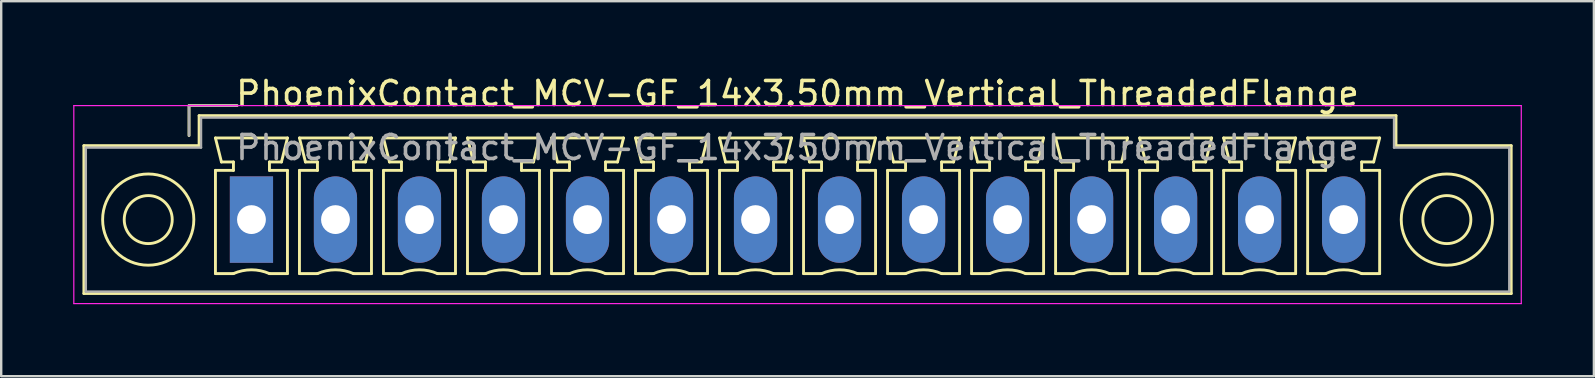
<source format=kicad_pcb>
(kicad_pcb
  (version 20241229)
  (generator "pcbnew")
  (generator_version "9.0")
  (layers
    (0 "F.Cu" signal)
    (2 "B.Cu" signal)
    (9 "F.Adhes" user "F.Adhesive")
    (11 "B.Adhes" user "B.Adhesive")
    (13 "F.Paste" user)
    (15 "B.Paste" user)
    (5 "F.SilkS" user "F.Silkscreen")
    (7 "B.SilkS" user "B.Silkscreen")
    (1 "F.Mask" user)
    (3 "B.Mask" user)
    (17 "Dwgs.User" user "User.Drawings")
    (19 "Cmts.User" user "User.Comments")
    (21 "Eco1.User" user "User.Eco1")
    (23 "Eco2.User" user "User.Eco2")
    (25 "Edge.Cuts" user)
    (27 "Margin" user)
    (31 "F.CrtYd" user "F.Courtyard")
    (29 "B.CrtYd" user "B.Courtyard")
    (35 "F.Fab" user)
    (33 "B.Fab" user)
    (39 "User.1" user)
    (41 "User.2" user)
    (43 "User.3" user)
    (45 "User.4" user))
  (footprint "PhoenixContact_MCV-GF_14x3.50mm_Vertical_ThreadedFlange"
    (layer "F.Cu")
    (at 7.425 6.098)
    (property "Reference" "PhoenixContact_MCV-GF_14x3.50mm_Vertical_ThreadedFlange" (at 22.75 -5.25 0) (layer "F.SilkS") (effects (font (size 1 1) (thickness 0.15))))
    (attr through_hole)
    (fp_line (start -6.98 -3.08) (end -6.98 3.08) (stroke (width 0.12) (type solid)) (layer "F.SilkS"))
    (fp_line (start -6.98 3.08) (end 52.48 3.08) (stroke (width 0.12) (type solid)) (layer "F.SilkS"))
    (fp_line (start -2.6 -4.75) (end -0.6 -4.75) (stroke (width 0.12) (type solid)) (layer "F.SilkS"))
    (fp_line (start -2.6 -3.5) (end -2.6 -4.75) (stroke (width 0.12) (type solid)) (layer "F.SilkS"))
    (fp_line (start -2.18 -4.33) (end -2.18 -3.08) (stroke (width 0.12) (type solid)) (layer "F.SilkS"))
    (fp_line (start -2.18 -3.08) (end -6.98 -3.08) (stroke (width 0.12) (type solid)) (layer "F.SilkS"))
    (fp_line (start -1.5 -3.4) (end 1.5 -3.4) (stroke (width 0.12) (type solid)) (layer "F.SilkS"))
    (fp_line (start -1.5 -2.05) (end -0.75 -2.05) (stroke (width 0.12) (type solid)) (layer "F.SilkS"))
    (fp_line (start -1.5 2.25) (end -1.5 -2.05) (stroke (width 0.12) (type solid)) (layer "F.SilkS"))
    (fp_line (start -1.25 -2.4) (end -1.5 -3.4) (stroke (width 0.12) (type solid)) (layer "F.SilkS"))
    (fp_line (start -0.75 -2.4) (end -1.25 -2.4) (stroke (width 0.12) (type solid)) (layer "F.SilkS"))
    (fp_line (start -0.75 -2.05) (end -0.75 -2.4) (stroke (width 0.12) (type solid)) (layer "F.SilkS"))
    (fp_line (start -0.75 2.25) (end -1.5 2.25) (stroke (width 0.12) (type solid)) (layer "F.SilkS"))
    (fp_line (start 0.75 -2.4) (end 0.75 -2.05) (stroke (width 0.12) (type solid)) (layer "F.SilkS"))
    (fp_line (start 0.75 -2.05) (end 1.5 -2.05) (stroke (width 0.12) (type solid)) (layer "F.SilkS"))
    (fp_line (start 1.25 -2.4) (end 0.75 -2.4) (stroke (width 0.12) (type solid)) (layer "F.SilkS"))
    (fp_line (start 1.5 -3.4) (end 1.25 -2.4) (stroke (width 0.12) (type solid)) (layer "F.SilkS"))
    (fp_line (start 1.5 -2.05) (end 1.5 2.25) (stroke (width 0.12) (type solid)) (layer "F.SilkS"))
    (fp_line (start 1.5 2.25) (end 0.75 2.25) (stroke (width 0.12) (type solid)) (layer "F.SilkS"))
    (fp_line (start 2 -3.4) (end 5 -3.4) (stroke (width 0.12) (type solid)) (layer "F.SilkS"))
    (fp_line (start 2 -2.05) (end 2.75 -2.05) (stroke (width 0.12) (type solid)) (layer "F.SilkS"))
    (fp_line (start 2 2.25) (end 2 -2.05) (stroke (width 0.12) (type solid)) (layer "F.SilkS"))
    (fp_line (start 2.25 -2.4) (end 2 -3.4) (stroke (width 0.12) (type solid)) (layer "F.SilkS"))
    (fp_line (start 2.75 -2.4) (end 2.25 -2.4) (stroke (width 0.12) (type solid)) (layer "F.SilkS"))
    (fp_line (start 2.75 -2.05) (end 2.75 -2.4) (stroke (width 0.12) (type solid)) (layer "F.SilkS"))
    (fp_line (start 2.75 2.25) (end 2 2.25) (stroke (width 0.12) (type solid)) (layer "F.SilkS"))
    (fp_line (start 4.25 -2.4) (end 4.25 -2.05) (stroke (width 0.12) (type solid)) (layer "F.SilkS"))
    (fp_line (start 4.25 -2.05) (end 5 -2.05) (stroke (width 0.12) (type solid)) (layer "F.SilkS"))
    (fp_line (start 4.75 -2.4) (end 4.25 -2.4) (stroke (width 0.12) (type solid)) (layer "F.SilkS"))
    (fp_line (start 5 -3.4) (end 4.75 -2.4) (stroke (width 0.12) (type solid)) (layer "F.SilkS"))
    (fp_line (start 5 -2.05) (end 5 2.25) (stroke (width 0.12) (type solid)) (layer "F.SilkS"))
    (fp_line (start 5 2.25) (end 4.25 2.25) (stroke (width 0.12) (type solid)) (layer "F.SilkS"))
    (fp_line (start 5.5 -3.4) (end 8.5 -3.4) (stroke (width 0.12) (type solid)) (layer "F.SilkS"))
    (fp_line (start 5.5 -2.05) (end 6.25 -2.05) (stroke (width 0.12) (type solid)) (layer "F.SilkS"))
    (fp_line (start 5.5 2.25) (end 5.5 -2.05) (stroke (width 0.12) (type solid)) (layer "F.SilkS"))
    (fp_line (start 5.75 -2.4) (end 5.5 -3.4) (stroke (width 0.12) (type solid)) (layer "F.SilkS"))
    (fp_line (start 6.25 -2.4) (end 5.75 -2.4) (stroke (width 0.12) (type solid)) (layer "F.SilkS"))
    (fp_line (start 6.25 -2.05) (end 6.25 -2.4) (stroke (width 0.12) (type solid)) (layer "F.SilkS"))
    (fp_line (start 6.25 2.25) (end 5.5 2.25) (stroke (width 0.12) (type solid)) (layer "F.SilkS"))
    (fp_line (start 7.75 -2.4) (end 7.75 -2.05) (stroke (width 0.12) (type solid)) (layer "F.SilkS"))
    (fp_line (start 7.75 -2.05) (end 8.5 -2.05) (stroke (width 0.12) (type solid)) (layer "F.SilkS"))
    (fp_line (start 8.25 -2.4) (end 7.75 -2.4) (stroke (width 0.12) (type solid)) (layer "F.SilkS"))
    (fp_line (start 8.5 -3.4) (end 8.25 -2.4) (stroke (width 0.12) (type solid)) (layer "F.SilkS"))
    (fp_line (start 8.5 -2.05) (end 8.5 2.25) (stroke (width 0.12) (type solid)) (layer "F.SilkS"))
    (fp_line (start 8.5 2.25) (end 7.75 2.25) (stroke (width 0.12) (type solid)) (layer "F.SilkS"))
    (fp_line (start 9 -3.4) (end 12 -3.4) (stroke (width 0.12) (type solid)) (layer "F.SilkS"))
    (fp_line (start 9 -2.05) (end 9.75 -2.05) (stroke (width 0.12) (type solid)) (layer "F.SilkS"))
    (fp_line (start 9 2.25) (end 9 -2.05) (stroke (width 0.12) (type solid)) (layer "F.SilkS"))
    (fp_line (start 9.25 -2.4) (end 9 -3.4) (stroke (width 0.12) (type solid)) (layer "F.SilkS"))
    (fp_line (start 9.75 -2.4) (end 9.25 -2.4) (stroke (width 0.12) (type solid)) (layer "F.SilkS"))
    (fp_line (start 9.75 -2.05) (end 9.75 -2.4) (stroke (width 0.12) (type solid)) (layer "F.SilkS"))
    (fp_line (start 9.75 2.25) (end 9 2.25) (stroke (width 0.12) (type solid)) (layer "F.SilkS"))
    (fp_line (start 11.25 -2.4) (end 11.25 -2.05) (stroke (width 0.12) (type solid)) (layer "F.SilkS"))
    (fp_line (start 11.25 -2.05) (end 12 -2.05) (stroke (width 0.12) (type solid)) (layer "F.SilkS"))
    (fp_line (start 11.75 -2.4) (end 11.25 -2.4) (stroke (width 0.12) (type solid)) (layer "F.SilkS"))
    (fp_line (start 12 -3.4) (end 11.75 -2.4) (stroke (width 0.12) (type solid)) (layer "F.SilkS"))
    (fp_line (start 12 -2.05) (end 12 2.25) (stroke (width 0.12) (type solid)) (layer "F.SilkS"))
    (fp_line (start 12 2.25) (end 11.25 2.25) (stroke (width 0.12) (type solid)) (layer "F.SilkS"))
    (fp_line (start 12.5 -3.4) (end 15.5 -3.4) (stroke (width 0.12) (type solid)) (layer "F.SilkS"))
    (fp_line (start 12.5 -2.05) (end 13.25 -2.05) (stroke (width 0.12) (type solid)) (layer "F.SilkS"))
    (fp_line (start 12.5 2.25) (end 12.5 -2.05) (stroke (width 0.12) (type solid)) (layer "F.SilkS"))
    (fp_line (start 12.75 -2.4) (end 12.5 -3.4) (stroke (width 0.12) (type solid)) (layer "F.SilkS"))
    (fp_line (start 13.25 -2.4) (end 12.75 -2.4) (stroke (width 0.12) (type solid)) (layer "F.SilkS"))
    (fp_line (start 13.25 -2.05) (end 13.25 -2.4) (stroke (width 0.12) (type solid)) (layer "F.SilkS"))
    (fp_line (start 13.25 2.25) (end 12.5 2.25) (stroke (width 0.12) (type solid)) (layer "F.SilkS"))
    (fp_line (start 14.75 -2.4) (end 14.75 -2.05) (stroke (width 0.12) (type solid)) (layer "F.SilkS"))
    (fp_line (start 14.75 -2.05) (end 15.5 -2.05) (stroke (width 0.12) (type solid)) (layer "F.SilkS"))
    (fp_line (start 15.25 -2.4) (end 14.75 -2.4) (stroke (width 0.12) (type solid)) (layer "F.SilkS"))
    (fp_line (start 15.5 -3.4) (end 15.25 -2.4) (stroke (width 0.12) (type solid)) (layer "F.SilkS"))
    (fp_line (start 15.5 -2.05) (end 15.5 2.25) (stroke (width 0.12) (type solid)) (layer "F.SilkS"))
    (fp_line (start 15.5 2.25) (end 14.75 2.25) (stroke (width 0.12) (type solid)) (layer "F.SilkS"))
    (fp_line (start 16 -3.4) (end 19 -3.4) (stroke (width 0.12) (type solid)) (layer "F.SilkS"))
    (fp_line (start 16 -2.05) (end 16.75 -2.05) (stroke (width 0.12) (type solid)) (layer "F.SilkS"))
    (fp_line (start 16 2.25) (end 16 -2.05) (stroke (width 0.12) (type solid)) (layer "F.SilkS"))
    (fp_line (start 16.25 -2.4) (end 16 -3.4) (stroke (width 0.12) (type solid)) (layer "F.SilkS"))
    (fp_line (start 16.75 -2.4) (end 16.25 -2.4) (stroke (width 0.12) (type solid)) (layer "F.SilkS"))
    (fp_line (start 16.75 -2.05) (end 16.75 -2.4) (stroke (width 0.12) (type solid)) (layer "F.SilkS"))
    (fp_line (start 16.75 2.25) (end 16 2.25) (stroke (width 0.12) (type solid)) (layer "F.SilkS"))
    (fp_line (start 18.25 -2.4) (end 18.25 -2.05) (stroke (width 0.12) (type solid)) (layer "F.SilkS"))
    (fp_line (start 18.25 -2.05) (end 19 -2.05) (stroke (width 0.12) (type solid)) (layer "F.SilkS"))
    (fp_line (start 18.75 -2.4) (end 18.25 -2.4) (stroke (width 0.12) (type solid)) (layer "F.SilkS"))
    (fp_line (start 19 -3.4) (end 18.75 -2.4) (stroke (width 0.12) (type solid)) (layer "F.SilkS"))
    (fp_line (start 19 -2.05) (end 19 2.25) (stroke (width 0.12) (type solid)) (layer "F.SilkS"))
    (fp_line (start 19 2.25) (end 18.25 2.25) (stroke (width 0.12) (type solid)) (layer "F.SilkS"))
    (fp_line (start 19.5 -3.4) (end 22.5 -3.4) (stroke (width 0.12) (type solid)) (layer "F.SilkS"))
    (fp_line (start 19.5 -2.05) (end 20.25 -2.05) (stroke (width 0.12) (type solid)) (layer "F.SilkS"))
    (fp_line (start 19.5 2.25) (end 19.5 -2.05) (stroke (width 0.12) (type solid)) (layer "F.SilkS"))
    (fp_line (start 19.75 -2.4) (end 19.5 -3.4) (stroke (width 0.12) (type solid)) (layer "F.SilkS"))
    (fp_line (start 20.25 -2.4) (end 19.75 -2.4) (stroke (width 0.12) (type solid)) (layer "F.SilkS"))
    (fp_line (start 20.25 -2.05) (end 20.25 -2.4) (stroke (width 0.12) (type solid)) (layer "F.SilkS"))
    (fp_line (start 20.25 2.25) (end 19.5 2.25) (stroke (width 0.12) (type solid)) (layer "F.SilkS"))
    (fp_line (start 21.75 -2.4) (end 21.75 -2.05) (stroke (width 0.12) (type solid)) (layer "F.SilkS"))
    (fp_line (start 21.75 -2.05) (end 22.5 -2.05) (stroke (width 0.12) (type solid)) (layer "F.SilkS"))
    (fp_line (start 22.25 -2.4) (end 21.75 -2.4) (stroke (width 0.12) (type solid)) (layer "F.SilkS"))
    (fp_line (start 22.5 -3.4) (end 22.25 -2.4) (stroke (width 0.12) (type solid)) (layer "F.SilkS"))
    (fp_line (start 22.5 -2.05) (end 22.5 2.25) (stroke (width 0.12) (type solid)) (layer "F.SilkS"))
    (fp_line (start 22.5 2.25) (end 21.75 2.25) (stroke (width 0.12) (type solid)) (layer "F.SilkS"))
    (fp_line (start 23 -3.4) (end 26 -3.4) (stroke (width 0.12) (type solid)) (layer "F.SilkS"))
    (fp_line (start 23 -2.05) (end 23.75 -2.05) (stroke (width 0.12) (type solid)) (layer "F.SilkS"))
    (fp_line (start 23 2.25) (end 23 -2.05) (stroke (width 0.12) (type solid)) (layer "F.SilkS"))
    (fp_line (start 23.25 -2.4) (end 23 -3.4) (stroke (width 0.12) (type solid)) (layer "F.SilkS"))
    (fp_line (start 23.75 -2.4) (end 23.25 -2.4) (stroke (width 0.12) (type solid)) (layer "F.SilkS"))
    (fp_line (start 23.75 -2.05) (end 23.75 -2.4) (stroke (width 0.12) (type solid)) (layer "F.SilkS"))
    (fp_line (start 23.75 2.25) (end 23 2.25) (stroke (width 0.12) (type solid)) (layer "F.SilkS"))
    (fp_line (start 25.25 -2.4) (end 25.25 -2.05) (stroke (width 0.12) (type solid)) (layer "F.SilkS"))
    (fp_line (start 25.25 -2.05) (end 26 -2.05) (stroke (width 0.12) (type solid)) (layer "F.SilkS"))
    (fp_line (start 25.75 -2.4) (end 25.25 -2.4) (stroke (width 0.12) (type solid)) (layer "F.SilkS"))
    (fp_line (start 26 -3.4) (end 25.75 -2.4) (stroke (width 0.12) (type solid)) (layer "F.SilkS"))
    (fp_line (start 26 -2.05) (end 26 2.25) (stroke (width 0.12) (type solid)) (layer "F.SilkS"))
    (fp_line (start 26 2.25) (end 25.25 2.25) (stroke (width 0.12) (type solid)) (layer "F.SilkS"))
    (fp_line (start 26.5 -3.4) (end 29.5 -3.4) (stroke (width 0.12) (type solid)) (layer "F.SilkS"))
    (fp_line (start 26.5 -2.05) (end 27.25 -2.05) (stroke (width 0.12) (type solid)) (layer "F.SilkS"))
    (fp_line (start 26.5 2.25) (end 26.5 -2.05) (stroke (width 0.12) (type solid)) (layer "F.SilkS"))
    (fp_line (start 26.75 -2.4) (end 26.5 -3.4) (stroke (width 0.12) (type solid)) (layer "F.SilkS"))
    (fp_line (start 27.25 -2.4) (end 26.75 -2.4) (stroke (width 0.12) (type solid)) (layer "F.SilkS"))
    (fp_line (start 27.25 -2.05) (end 27.25 -2.4) (stroke (width 0.12) (type solid)) (layer "F.SilkS"))
    (fp_line (start 27.25 2.25) (end 26.5 2.25) (stroke (width 0.12) (type solid)) (layer "F.SilkS"))
    (fp_line (start 28.75 -2.4) (end 28.75 -2.05) (stroke (width 0.12) (type solid)) (layer "F.SilkS"))
    (fp_line (start 28.75 -2.05) (end 29.5 -2.05) (stroke (width 0.12) (type solid)) (layer "F.SilkS"))
    (fp_line (start 29.25 -2.4) (end 28.75 -2.4) (stroke (width 0.12) (type solid)) (layer "F.SilkS"))
    (fp_line (start 29.5 -3.4) (end 29.25 -2.4) (stroke (width 0.12) (type solid)) (layer "F.SilkS"))
    (fp_line (start 29.5 -2.05) (end 29.5 2.25) (stroke (width 0.12) (type solid)) (layer "F.SilkS"))
    (fp_line (start 29.5 2.25) (end 28.75 2.25) (stroke (width 0.12) (type solid)) (layer "F.SilkS"))
    (fp_line (start 30 -3.4) (end 33 -3.4) (stroke (width 0.12) (type solid)) (layer "F.SilkS"))
    (fp_line (start 30 -2.05) (end 30.75 -2.05) (stroke (width 0.12) (type solid)) (layer "F.SilkS"))
    (fp_line (start 30 2.25) (end 30 -2.05) (stroke (width 0.12) (type solid)) (layer "F.SilkS"))
    (fp_line (start 30.25 -2.4) (end 30 -3.4) (stroke (width 0.12) (type solid)) (layer "F.SilkS"))
    (fp_line (start 30.75 -2.4) (end 30.25 -2.4) (stroke (width 0.12) (type solid)) (layer "F.SilkS"))
    (fp_line (start 30.75 -2.05) (end 30.75 -2.4) (stroke (width 0.12) (type solid)) (layer "F.SilkS"))
    (fp_line (start 30.75 2.25) (end 30 2.25) (stroke (width 0.12) (type solid)) (layer "F.SilkS"))
    (fp_line (start 32.25 -2.4) (end 32.25 -2.05) (stroke (width 0.12) (type solid)) (layer "F.SilkS"))
    (fp_line (start 32.25 -2.05) (end 33 -2.05) (stroke (width 0.12) (type solid)) (layer "F.SilkS"))
    (fp_line (start 32.75 -2.4) (end 32.25 -2.4) (stroke (width 0.12) (type solid)) (layer "F.SilkS"))
    (fp_line (start 33 -3.4) (end 32.75 -2.4) (stroke (width 0.12) (type solid)) (layer "F.SilkS"))
    (fp_line (start 33 -2.05) (end 33 2.25) (stroke (width 0.12) (type solid)) (layer "F.SilkS"))
    (fp_line (start 33 2.25) (end 32.25 2.25) (stroke (width 0.12) (type solid)) (layer "F.SilkS"))
    (fp_line (start 33.5 -3.4) (end 36.5 -3.4) (stroke (width 0.12) (type solid)) (layer "F.SilkS"))
    (fp_line (start 33.5 -2.05) (end 34.25 -2.05) (stroke (width 0.12) (type solid)) (layer "F.SilkS"))
    (fp_line (start 33.5 2.25) (end 33.5 -2.05) (stroke (width 0.12) (type solid)) (layer "F.SilkS"))
    (fp_line (start 33.75 -2.4) (end 33.5 -3.4) (stroke (width 0.12) (type solid)) (layer "F.SilkS"))
    (fp_line (start 34.25 -2.4) (end 33.75 -2.4) (stroke (width 0.12) (type solid)) (layer "F.SilkS"))
    (fp_line (start 34.25 -2.05) (end 34.25 -2.4) (stroke (width 0.12) (type solid)) (layer "F.SilkS"))
    (fp_line (start 34.25 2.25) (end 33.5 2.25) (stroke (width 0.12) (type solid)) (layer "F.SilkS"))
    (fp_line (start 35.75 -2.4) (end 35.75 -2.05) (stroke (width 0.12) (type solid)) (layer "F.SilkS"))
    (fp_line (start 35.75 -2.05) (end 36.5 -2.05) (stroke (width 0.12) (type solid)) (layer "F.SilkS"))
    (fp_line (start 36.25 -2.4) (end 35.75 -2.4) (stroke (width 0.12) (type solid)) (layer "F.SilkS"))
    (fp_line (start 36.5 -3.4) (end 36.25 -2.4) (stroke (width 0.12) (type solid)) (layer "F.SilkS"))
    (fp_line (start 36.5 -2.05) (end 36.5 2.25) (stroke (width 0.12) (type solid)) (layer "F.SilkS"))
    (fp_line (start 36.5 2.25) (end 35.75 2.25) (stroke (width 0.12) (type solid)) (layer "F.SilkS"))
    (fp_line (start 37 -3.4) (end 40 -3.4) (stroke (width 0.12) (type solid)) (layer "F.SilkS"))
    (fp_line (start 37 -2.05) (end 37.75 -2.05) (stroke (width 0.12) (type solid)) (layer "F.SilkS"))
    (fp_line (start 37 2.25) (end 37 -2.05) (stroke (width 0.12) (type solid)) (layer "F.SilkS"))
    (fp_line (start 37.25 -2.4) (end 37 -3.4) (stroke (width 0.12) (type solid)) (layer "F.SilkS"))
    (fp_line (start 37.75 -2.4) (end 37.25 -2.4) (stroke (width 0.12) (type solid)) (layer "F.SilkS"))
    (fp_line (start 37.75 -2.05) (end 37.75 -2.4) (stroke (width 0.12) (type solid)) (layer "F.SilkS"))
    (fp_line (start 37.75 2.25) (end 37 2.25) (stroke (width 0.12) (type solid)) (layer "F.SilkS"))
    (fp_line (start 39.25 -2.4) (end 39.25 -2.05) (stroke (width 0.12) (type solid)) (layer "F.SilkS"))
    (fp_line (start 39.25 -2.05) (end 40 -2.05) (stroke (width 0.12) (type solid)) (layer "F.SilkS"))
    (fp_line (start 39.75 -2.4) (end 39.25 -2.4) (stroke (width 0.12) (type solid)) (layer "F.SilkS"))
    (fp_line (start 40 -3.4) (end 39.75 -2.4) (stroke (width 0.12) (type solid)) (layer "F.SilkS"))
    (fp_line (start 40 -2.05) (end 40 2.25) (stroke (width 0.12) (type solid)) (layer "F.SilkS"))
    (fp_line (start 40 2.25) (end 39.25 2.25) (stroke (width 0.12) (type solid)) (layer "F.SilkS"))
    (fp_line (start 40.5 -3.4) (end 43.5 -3.4) (stroke (width 0.12) (type solid)) (layer "F.SilkS"))
    (fp_line (start 40.5 -2.05) (end 41.25 -2.05) (stroke (width 0.12) (type solid)) (layer "F.SilkS"))
    (fp_line (start 40.5 2.25) (end 40.5 -2.05) (stroke (width 0.12) (type solid)) (layer "F.SilkS"))
    (fp_line (start 40.75 -2.4) (end 40.5 -3.4) (stroke (width 0.12) (type solid)) (layer "F.SilkS"))
    (fp_line (start 41.25 -2.4) (end 40.75 -2.4) (stroke (width 0.12) (type solid)) (layer "F.SilkS"))
    (fp_line (start 41.25 -2.05) (end 41.25 -2.4) (stroke (width 0.12) (type solid)) (layer "F.SilkS"))
    (fp_line (start 41.25 2.25) (end 40.5 2.25) (stroke (width 0.12) (type solid)) (layer "F.SilkS"))
    (fp_line (start 42.75 -2.4) (end 42.75 -2.05) (stroke (width 0.12) (type solid)) (layer "F.SilkS"))
    (fp_line (start 42.75 -2.05) (end 43.5 -2.05) (stroke (width 0.12) (type solid)) (layer "F.SilkS"))
    (fp_line (start 43.25 -2.4) (end 42.75 -2.4) (stroke (width 0.12) (type solid)) (layer "F.SilkS"))
    (fp_line (start 43.5 -3.4) (end 43.25 -2.4) (stroke (width 0.12) (type solid)) (layer "F.SilkS"))
    (fp_line (start 43.5 -2.05) (end 43.5 2.25) (stroke (width 0.12) (type solid)) (layer "F.SilkS"))
    (fp_line (start 43.5 2.25) (end 42.75 2.25) (stroke (width 0.12) (type solid)) (layer "F.SilkS"))
    (fp_line (start 44 -3.4) (end 47 -3.4) (stroke (width 0.12) (type solid)) (layer "F.SilkS"))
    (fp_line (start 44 -2.05) (end 44.75 -2.05) (stroke (width 0.12) (type solid)) (layer "F.SilkS"))
    (fp_line (start 44 2.25) (end 44 -2.05) (stroke (width 0.12) (type solid)) (layer "F.SilkS"))
    (fp_line (start 44.25 -2.4) (end 44 -3.4) (stroke (width 0.12) (type solid)) (layer "F.SilkS"))
    (fp_line (start 44.75 -2.4) (end 44.25 -2.4) (stroke (width 0.12) (type solid)) (layer "F.SilkS"))
    (fp_line (start 44.75 -2.05) (end 44.75 -2.4) (stroke (width 0.12) (type solid)) (layer "F.SilkS"))
    (fp_line (start 44.75 2.25) (end 44 2.25) (stroke (width 0.12) (type solid)) (layer "F.SilkS"))
    (fp_line (start 46.25 -2.4) (end 46.25 -2.05) (stroke (width 0.12) (type solid)) (layer "F.SilkS"))
    (fp_line (start 46.25 -2.05) (end 47 -2.05) (stroke (width 0.12) (type solid)) (layer "F.SilkS"))
    (fp_line (start 46.75 -2.4) (end 46.25 -2.4) (stroke (width 0.12) (type solid)) (layer "F.SilkS"))
    (fp_line (start 47 -3.4) (end 46.75 -2.4) (stroke (width 0.12) (type solid)) (layer "F.SilkS"))
    (fp_line (start 47 -2.05) (end 47 2.25) (stroke (width 0.12) (type solid)) (layer "F.SilkS"))
    (fp_line (start 47 2.25) (end 46.25 2.25) (stroke (width 0.12) (type solid)) (layer "F.SilkS"))
    (fp_line (start 47.68 -4.33) (end -2.18 -4.33) (stroke (width 0.12) (type solid)) (layer "F.SilkS"))
    (fp_line (start 47.68 -3.08) (end 47.68 -4.33) (stroke (width 0.12) (type solid)) (layer "F.SilkS"))
    (fp_line (start 52.48 -3.08) (end 47.68 -3.08) (stroke (width 0.12) (type solid)) (layer "F.SilkS"))
    (fp_line (start 52.48 3.08) (end 52.48 -3.08) (stroke (width 0.12) (type solid)) (layer "F.SilkS"))
    (fp_arc (start -0.75 2.25) (mid -0.000193 2.09191) (end 0.749647 2.249844) (stroke (width 0.12) (type solid)) (layer "F.SilkS"))
    (fp_arc (start 2.75 2.25) (mid 3.499807 2.09191) (end 4.249647 2.249844) (stroke (width 0.12) (type solid)) (layer "F.SilkS"))
    (fp_arc (start 6.25 2.25) (mid 6.999807 2.09191) (end 7.749647 2.249844) (stroke (width 0.12) (type solid)) (layer "F.SilkS"))
    (fp_arc (start 9.75 2.25) (mid 10.499807 2.09191) (end 11.249647 2.249844) (stroke (width 0.12) (type solid)) (layer "F.SilkS"))
    (fp_arc (start 13.25 2.25) (mid 13.999807 2.09191) (end 14.749647 2.249844) (stroke (width 0.12) (type solid)) (layer "F.SilkS"))
    (fp_arc (start 16.75 2.25) (mid 17.499807 2.09191) (end 18.249647 2.249844) (stroke (width 0.12) (type solid)) (layer "F.SilkS"))
    (fp_arc (start 20.25 2.25) (mid 20.999807 2.09191) (end 21.749647 2.249844) (stroke (width 0.12) (type solid)) (layer "F.SilkS"))
    (fp_arc (start 23.75 2.25) (mid 24.499807 2.09191) (end 25.249647 2.249844) (stroke (width 0.12) (type solid)) (layer "F.SilkS"))
    (fp_arc (start 27.25 2.25) (mid 27.999807 2.09191) (end 28.749647 2.249844) (stroke (width 0.12) (type solid)) (layer "F.SilkS"))
    (fp_arc (start 30.75 2.25) (mid 31.499807 2.09191) (end 32.249647 2.249844) (stroke (width 0.12) (type solid)) (layer "F.SilkS"))
    (fp_arc (start 34.25 2.25) (mid 34.999807 2.09191) (end 35.749647 2.249844) (stroke (width 0.12) (type solid)) (layer "F.SilkS"))
    (fp_arc (start 37.75 2.25) (mid 38.499807 2.09191) (end 39.249647 2.249844) (stroke (width 0.12) (type solid)) (layer "F.SilkS"))
    (fp_arc (start 41.25 2.25) (mid 41.999807 2.09191) (end 42.749647 2.249844) (stroke (width 0.12) (type solid)) (layer "F.SilkS"))
    (fp_arc (start 44.75 2.25) (mid 45.499807 2.09191) (end 46.249647 2.249844) (stroke (width 0.12) (type solid)) (layer "F.SilkS"))
    (fp_circle (center -4.3 0) (end -3.3 0) (stroke (width 0.12) (type solid)) (fill no) (layer "F.SilkS"))
    (fp_circle (center -4.3 0) (end -2.4 0) (stroke (width 0.12) (type solid)) (fill no) (layer "F.SilkS"))
    (fp_circle (center 49.8 0) (end 50.8 0) (stroke (width 0.12) (type solid)) (fill no) (layer "F.SilkS"))
    (fp_circle (center 49.8 0) (end 51.7 0) (stroke (width 0.12) (type solid)) (fill no) (layer "F.SilkS"))
    (fp_line (start -7.4 -4.75) (end -7.4 3.5) (stroke (width 0.05) (type solid)) (layer "F.CrtYd"))
    (fp_line (start -7.4 3.5) (end 52.9 3.5) (stroke (width 0.05) (type solid)) (layer "F.CrtYd"))
    (fp_line (start 52.9 -4.75) (end -7.4 -4.75) (stroke (width 0.05) (type solid)) (layer "F.CrtYd"))
    (fp_line (start 52.9 3.5) (end 52.9 -4.75) (stroke (width 0.05) (type solid)) (layer "F.CrtYd"))
    (fp_line (start -6.9 -3) (end -6.9 3) (stroke (width 0.1) (type solid)) (layer "F.Fab"))
    (fp_line (start -6.9 3) (end 52.4 3) (stroke (width 0.1) (type solid)) (layer "F.Fab"))
    (fp_line (start -2.6 -4.75) (end -0.6 -4.75) (stroke (width 0.1) (type solid)) (layer "F.Fab"))
    (fp_line (start -2.6 -3.5) (end -2.6 -4.75) (stroke (width 0.1) (type solid)) (layer "F.Fab"))
    (fp_line (start -2.1 -4.25) (end -2.1 -3) (stroke (width 0.1) (type solid)) (layer "F.Fab"))
    (fp_line (start -2.1 -3) (end -6.9 -3) (stroke (width 0.1) (type solid)) (layer "F.Fab"))
    (fp_line (start 47.6 -4.25) (end -2.1 -4.25) (stroke (width 0.1) (type solid)) (layer "F.Fab"))
    (fp_line (start 47.6 -3) (end 47.6 -4.25) (stroke (width 0.1) (type solid)) (layer "F.Fab"))
    (fp_line (start 52.4 -3) (end 47.6 -3) (stroke (width 0.1) (type solid)) (layer "F.Fab"))
    (fp_line (start 52.4 3) (end 52.4 -3) (stroke (width 0.1) (type solid)) (layer "F.Fab"))
    (fp_text user "${REFERENCE}" (at 22.75 -3 0) (layer "F.Fab") (effects (font (size 1 1) (thickness 0.15))))
    (pad "1" thru_hole rect (at 0 0) (size 1.8 3.6) (drill 1.2) (layers "*.Cu" "*.Mask"))
    (pad "2" thru_hole oval (at 3.5 0) (size 1.8 3.6) (drill 1.2) (layers "*.Cu" "*.Mask"))
    (pad "3" thru_hole oval (at 7 0) (size 1.8 3.6) (drill 1.2) (layers "*.Cu" "*.Mask"))
    (pad "4" thru_hole oval (at 10.5 0) (size 1.8 3.6) (drill 1.2) (layers "*.Cu" "*.Mask"))
    (pad "5" thru_hole oval (at 14 0) (size 1.8 3.6) (drill 1.2) (layers "*.Cu" "*.Mask"))
    (pad "6" thru_hole oval (at 17.5 0) (size 1.8 3.6) (drill 1.2) (layers "*.Cu" "*.Mask"))
    (pad "7" thru_hole oval (at 21 0) (size 1.8 3.6) (drill 1.2) (layers "*.Cu" "*.Mask"))
    (pad "8" thru_hole oval (at 24.5 0) (size 1.8 3.6) (drill 1.2) (layers "*.Cu" "*.Mask"))
    (pad "9" thru_hole oval (at 28 0) (size 1.8 3.6) (drill 1.2) (layers "*.Cu" "*.Mask"))
    (pad "10" thru_hole oval (at 31.5 0) (size 1.8 3.6) (drill 1.2) (layers "*.Cu" "*.Mask"))
    (pad "11" thru_hole oval (at 35 0) (size 1.8 3.6) (drill 1.2) (layers "*.Cu" "*.Mask"))
    (pad "12" thru_hole oval (at 38.5 0) (size 1.8 3.6) (drill 1.2) (layers "*.Cu" "*.Mask"))
    (pad "13" thru_hole oval (at 42 0) (size 1.8 3.6) (drill 1.2) (layers "*.Cu" "*.Mask"))
    (pad "14" thru_hole oval (at 45.5 0) (size 1.8 3.6) (drill 1.2) (layers "*.Cu" "*.Mask")))
  (gr_rect
    (start -3 -3)
    (end 63.35 12.623)
    (stroke (width 0.1) (type default))
    (fill no)
    (layer "Edge.Cuts")))
</source>
